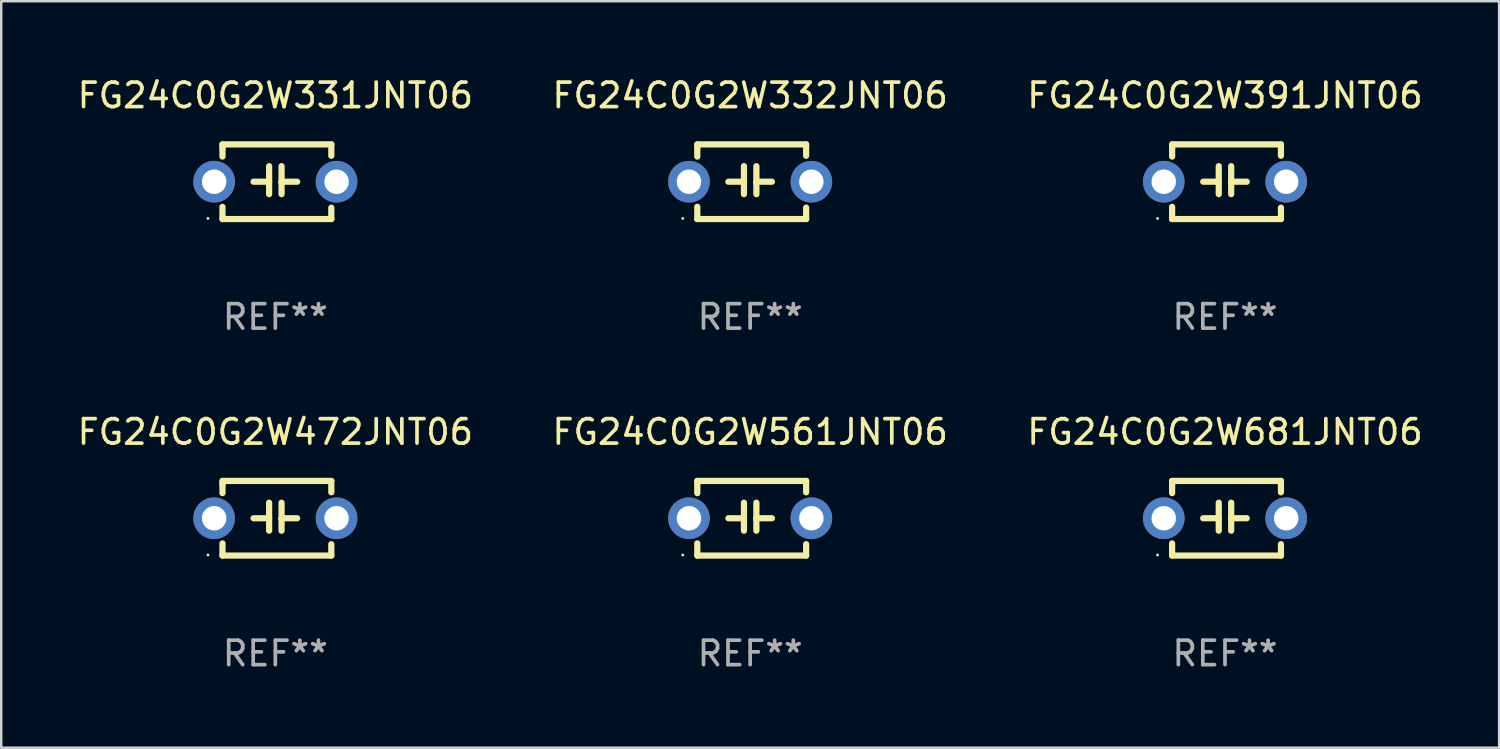
<source format=kicad_pcb>
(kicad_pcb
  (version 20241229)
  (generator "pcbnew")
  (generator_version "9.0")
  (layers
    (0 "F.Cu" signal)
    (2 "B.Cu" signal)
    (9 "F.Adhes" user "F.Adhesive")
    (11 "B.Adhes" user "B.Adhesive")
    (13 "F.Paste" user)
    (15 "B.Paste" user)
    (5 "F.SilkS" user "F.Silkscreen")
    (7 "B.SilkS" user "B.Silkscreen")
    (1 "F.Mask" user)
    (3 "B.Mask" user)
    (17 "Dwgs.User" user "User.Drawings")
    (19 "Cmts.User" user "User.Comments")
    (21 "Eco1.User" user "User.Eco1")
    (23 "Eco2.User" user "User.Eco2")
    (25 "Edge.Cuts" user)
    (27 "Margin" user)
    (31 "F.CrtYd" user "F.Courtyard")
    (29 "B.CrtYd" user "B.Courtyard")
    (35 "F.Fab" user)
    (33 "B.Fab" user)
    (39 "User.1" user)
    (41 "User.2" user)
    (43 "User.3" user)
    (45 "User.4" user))
  (footprint "FG24C0G2W332JNT06"
    (layer "F.Cu")
    (at 27.589 4.372)
    (property "Reference" "FG24C0G2W332JNT06" (at 0 -3.524 0) (layer "F.SilkS") (effects (font (size 1 1) (thickness 0.15))))
    (attr through_hole)
    (fp_line (start -2.159 -1.524) (end 2.286 -1.524) (stroke (width 0.254) (type solid)) (layer "F.SilkS"))
    (fp_line (start -2.159 -1.397) (end -2.159 -1.524) (stroke (width 0.254) (type solid)) (layer "F.SilkS"))
    (fp_line (start -2.159 -1.026) (end -2.159 -1.397) (stroke (width 0.254) (type solid)) (layer "F.SilkS"))
    (fp_line (start -2.159 1.524) (end -2.159 1.026) (stroke (width 0.254) (type solid)) (layer "F.SilkS"))
    (fp_line (start -0.889 0) (end -0.254 0) (stroke (width 0.254) (type solid)) (layer "F.SilkS"))
    (fp_line (start -0.254 0.508) (end -0.254 -0.635) (stroke (width 0.254) (type solid)) (layer "F.SilkS"))
    (fp_line (start 0.254 -0.635) (end 0.254 0.508) (stroke (width 0.254) (type solid)) (layer "F.SilkS"))
    (fp_line (start 0.254 0.04) (end 0.254 0.02) (stroke (width 0.254) (type solid)) (layer "F.SilkS"))
    (fp_line (start 0.889 0) (end 0.254 0) (stroke (width 0.254) (type solid)) (layer "F.SilkS"))
    (fp_line (start 2.286 -1.524) (end 2.286 -1.06) (stroke (width 0.254) (type solid)) (layer "F.SilkS"))
    (fp_line (start 2.286 1.06) (end 2.286 1.524) (stroke (width 0.254) (type solid)) (layer "F.SilkS"))
    (fp_line (start 2.286 1.524) (end -2.159 1.524) (stroke (width 0.254) (type solid)) (layer "F.SilkS"))
    (fp_circle (center -2.754 1.5) (end -2.724 1.5) (stroke (width 0.06) (type solid)) (fill no) (layer "F.SilkS"))
    (fp_text user "REF**" (at 0 5.524 0) (layer "F.Fab") (effects (font (size 1 1) (thickness 0.15))))
    (pad "1" thru_hole circle (at -2.5 0) (size 1.7 1.7) (drill 1) (layers "*.Cu" "*.Mask"))
    (pad "2" thru_hole circle (at 2.5 0) (size 1.7 1.7) (drill 1) (layers "*.Cu" "*.Mask")))
  (footprint "FG24C0G2W681JNT06"
    (layer "F.Cu")
    (at 46.982 18.117)
    (property "Reference" "FG24C0G2W681JNT06" (at 0 -3.524 0) (layer "F.SilkS") (effects (font (size 1 1) (thickness 0.15))))
    (attr through_hole)
    (fp_line (start -2.159 -1.524) (end 2.286 -1.524) (stroke (width 0.254) (type solid)) (layer "F.SilkS"))
    (fp_line (start -2.159 -1.397) (end -2.159 -1.524) (stroke (width 0.254) (type solid)) (layer "F.SilkS"))
    (fp_line (start -2.159 -1.026) (end -2.159 -1.397) (stroke (width 0.254) (type solid)) (layer "F.SilkS"))
    (fp_line (start -2.159 1.524) (end -2.159 1.026) (stroke (width 0.254) (type solid)) (layer "F.SilkS"))
    (fp_line (start -0.889 0) (end -0.254 0) (stroke (width 0.254) (type solid)) (layer "F.SilkS"))
    (fp_line (start -0.254 0.508) (end -0.254 -0.635) (stroke (width 0.254) (type solid)) (layer "F.SilkS"))
    (fp_line (start 0.254 -0.635) (end 0.254 0.508) (stroke (width 0.254) (type solid)) (layer "F.SilkS"))
    (fp_line (start 0.254 0.04) (end 0.254 0.02) (stroke (width 0.254) (type solid)) (layer "F.SilkS"))
    (fp_line (start 0.889 0) (end 0.254 0) (stroke (width 0.254) (type solid)) (layer "F.SilkS"))
    (fp_line (start 2.286 -1.524) (end 2.286 -1.06) (stroke (width 0.254) (type solid)) (layer "F.SilkS"))
    (fp_line (start 2.286 1.06) (end 2.286 1.524) (stroke (width 0.254) (type solid)) (layer "F.SilkS"))
    (fp_line (start 2.286 1.524) (end -2.159 1.524) (stroke (width 0.254) (type solid)) (layer "F.SilkS"))
    (fp_circle (center -2.754 1.5) (end -2.724 1.5) (stroke (width 0.06) (type solid)) (fill no) (layer "F.SilkS"))
    (fp_text user "REF**" (at 0 5.524 0) (layer "F.Fab") (effects (font (size 1 1) (thickness 0.15))))
    (pad "1" thru_hole circle (at -2.5 0) (size 1.7 1.7) (drill 1) (layers "*.Cu" "*.Mask"))
    (pad "2" thru_hole circle (at 2.5 0) (size 1.7 1.7) (drill 1) (layers "*.Cu" "*.Mask")))
  (footprint "FG24C0G2W331JNT06"
    (layer "F.Cu")
    (at 8.196 4.372)
    (property "Reference" "FG24C0G2W331JNT06" (at 0 -3.524 0) (layer "F.SilkS") (effects (font (size 1 1) (thickness 0.15))))
    (attr through_hole)
    (fp_line (start -2.159 -1.524) (end 2.286 -1.524) (stroke (width 0.254) (type solid)) (layer "F.SilkS"))
    (fp_line (start -2.159 -1.397) (end -2.159 -1.524) (stroke (width 0.254) (type solid)) (layer "F.SilkS"))
    (fp_line (start -2.159 -1.026) (end -2.159 -1.397) (stroke (width 0.254) (type solid)) (layer "F.SilkS"))
    (fp_line (start -2.159 1.524) (end -2.159 1.026) (stroke (width 0.254) (type solid)) (layer "F.SilkS"))
    (fp_line (start -0.889 0) (end -0.254 0) (stroke (width 0.254) (type solid)) (layer "F.SilkS"))
    (fp_line (start -0.254 0.508) (end -0.254 -0.635) (stroke (width 0.254) (type solid)) (layer "F.SilkS"))
    (fp_line (start 0.254 -0.635) (end 0.254 0.508) (stroke (width 0.254) (type solid)) (layer "F.SilkS"))
    (fp_line (start 0.254 0.04) (end 0.254 0.02) (stroke (width 0.254) (type solid)) (layer "F.SilkS"))
    (fp_line (start 0.889 0) (end 0.254 0) (stroke (width 0.254) (type solid)) (layer "F.SilkS"))
    (fp_line (start 2.286 -1.524) (end 2.286 -1.06) (stroke (width 0.254) (type solid)) (layer "F.SilkS"))
    (fp_line (start 2.286 1.06) (end 2.286 1.524) (stroke (width 0.254) (type solid)) (layer "F.SilkS"))
    (fp_line (start 2.286 1.524) (end -2.159 1.524) (stroke (width 0.254) (type solid)) (layer "F.SilkS"))
    (fp_circle (center -2.754 1.5) (end -2.724 1.5) (stroke (width 0.06) (type solid)) (fill no) (layer "F.SilkS"))
    (fp_text user "REF**" (at 0 5.524 0) (layer "F.Fab") (effects (font (size 1 1) (thickness 0.15))))
    (pad "1" thru_hole circle (at -2.5 0) (size 1.7 1.7) (drill 1) (layers "*.Cu" "*.Mask"))
    (pad "2" thru_hole circle (at 2.5 0) (size 1.7 1.7) (drill 1) (layers "*.Cu" "*.Mask")))
  (footprint "FG24C0G2W391JNT06"
    (layer "F.Cu")
    (at 46.982 4.372)
    (property "Reference" "FG24C0G2W391JNT06" (at 0 -3.524 0) (layer "F.SilkS") (effects (font (size 1 1) (thickness 0.15))))
    (attr through_hole)
    (fp_line (start -2.159 -1.524) (end 2.286 -1.524) (stroke (width 0.254) (type solid)) (layer "F.SilkS"))
    (fp_line (start -2.159 -1.397) (end -2.159 -1.524) (stroke (width 0.254) (type solid)) (layer "F.SilkS"))
    (fp_line (start -2.159 -1.026) (end -2.159 -1.397) (stroke (width 0.254) (type solid)) (layer "F.SilkS"))
    (fp_line (start -2.159 1.524) (end -2.159 1.026) (stroke (width 0.254) (type solid)) (layer "F.SilkS"))
    (fp_line (start -0.889 0) (end -0.254 0) (stroke (width 0.254) (type solid)) (layer "F.SilkS"))
    (fp_line (start -0.254 0.508) (end -0.254 -0.635) (stroke (width 0.254) (type solid)) (layer "F.SilkS"))
    (fp_line (start 0.254 -0.635) (end 0.254 0.508) (stroke (width 0.254) (type solid)) (layer "F.SilkS"))
    (fp_line (start 0.254 0.04) (end 0.254 0.02) (stroke (width 0.254) (type solid)) (layer "F.SilkS"))
    (fp_line (start 0.889 0) (end 0.254 0) (stroke (width 0.254) (type solid)) (layer "F.SilkS"))
    (fp_line (start 2.286 -1.524) (end 2.286 -1.06) (stroke (width 0.254) (type solid)) (layer "F.SilkS"))
    (fp_line (start 2.286 1.06) (end 2.286 1.524) (stroke (width 0.254) (type solid)) (layer "F.SilkS"))
    (fp_line (start 2.286 1.524) (end -2.159 1.524) (stroke (width 0.254) (type solid)) (layer "F.SilkS"))
    (fp_circle (center -2.754 1.5) (end -2.724 1.5) (stroke (width 0.06) (type solid)) (fill no) (layer "F.SilkS"))
    (fp_text user "REF**" (at 0 5.524 0) (layer "F.Fab") (effects (font (size 1 1) (thickness 0.15))))
    (pad "1" thru_hole circle (at -2.5 0) (size 1.7 1.7) (drill 1) (layers "*.Cu" "*.Mask"))
    (pad "2" thru_hole circle (at 2.5 0) (size 1.7 1.7) (drill 1) (layers "*.Cu" "*.Mask")))
  (footprint "FG24C0G2W472JNT06"
    (layer "F.Cu")
    (at 8.196 18.117)
    (property "Reference" "FG24C0G2W472JNT06" (at 0 -3.524 0) (layer "F.SilkS") (effects (font (size 1 1) (thickness 0.15))))
    (attr through_hole)
    (fp_line (start -2.159 -1.524) (end 2.286 -1.524) (stroke (width 0.254) (type solid)) (layer "F.SilkS"))
    (fp_line (start -2.159 -1.397) (end -2.159 -1.524) (stroke (width 0.254) (type solid)) (layer "F.SilkS"))
    (fp_line (start -2.159 -1.026) (end -2.159 -1.397) (stroke (width 0.254) (type solid)) (layer "F.SilkS"))
    (fp_line (start -2.159 1.524) (end -2.159 1.026) (stroke (width 0.254) (type solid)) (layer "F.SilkS"))
    (fp_line (start -0.889 0) (end -0.254 0) (stroke (width 0.254) (type solid)) (layer "F.SilkS"))
    (fp_line (start -0.254 0.508) (end -0.254 -0.635) (stroke (width 0.254) (type solid)) (layer "F.SilkS"))
    (fp_line (start 0.254 -0.635) (end 0.254 0.508) (stroke (width 0.254) (type solid)) (layer "F.SilkS"))
    (fp_line (start 0.254 0.04) (end 0.254 0.02) (stroke (width 0.254) (type solid)) (layer "F.SilkS"))
    (fp_line (start 0.889 0) (end 0.254 0) (stroke (width 0.254) (type solid)) (layer "F.SilkS"))
    (fp_line (start 2.286 -1.524) (end 2.286 -1.06) (stroke (width 0.254) (type solid)) (layer "F.SilkS"))
    (fp_line (start 2.286 1.06) (end 2.286 1.524) (stroke (width 0.254) (type solid)) (layer "F.SilkS"))
    (fp_line (start 2.286 1.524) (end -2.159 1.524) (stroke (width 0.254) (type solid)) (layer "F.SilkS"))
    (fp_circle (center -2.754 1.5) (end -2.724 1.5) (stroke (width 0.06) (type solid)) (fill no) (layer "F.SilkS"))
    (fp_text user "REF**" (at 0 5.524 0) (layer "F.Fab") (effects (font (size 1 1) (thickness 0.15))))
    (pad "1" thru_hole circle (at -2.5 0) (size 1.7 1.7) (drill 1) (layers "*.Cu" "*.Mask"))
    (pad "2" thru_hole circle (at 2.5 0) (size 1.7 1.7) (drill 1) (layers "*.Cu" "*.Mask")))
  (footprint "FG24C0G2W561JNT06"
    (layer "F.Cu")
    (at 27.589 18.117)
    (property "Reference" "FG24C0G2W561JNT06" (at 0 -3.524 0) (layer "F.SilkS") (effects (font (size 1 1) (thickness 0.15))))
    (attr through_hole)
    (fp_line (start -2.159 -1.524) (end 2.286 -1.524) (stroke (width 0.254) (type solid)) (layer "F.SilkS"))
    (fp_line (start -2.159 -1.397) (end -2.159 -1.524) (stroke (width 0.254) (type solid)) (layer "F.SilkS"))
    (fp_line (start -2.159 -1.026) (end -2.159 -1.397) (stroke (width 0.254) (type solid)) (layer "F.SilkS"))
    (fp_line (start -2.159 1.524) (end -2.159 1.026) (stroke (width 0.254) (type solid)) (layer "F.SilkS"))
    (fp_line (start -0.889 0) (end -0.254 0) (stroke (width 0.254) (type solid)) (layer "F.SilkS"))
    (fp_line (start -0.254 0.508) (end -0.254 -0.635) (stroke (width 0.254) (type solid)) (layer "F.SilkS"))
    (fp_line (start 0.254 -0.635) (end 0.254 0.508) (stroke (width 0.254) (type solid)) (layer "F.SilkS"))
    (fp_line (start 0.254 0.04) (end 0.254 0.02) (stroke (width 0.254) (type solid)) (layer "F.SilkS"))
    (fp_line (start 0.889 0) (end 0.254 0) (stroke (width 0.254) (type solid)) (layer "F.SilkS"))
    (fp_line (start 2.286 -1.524) (end 2.286 -1.06) (stroke (width 0.254) (type solid)) (layer "F.SilkS"))
    (fp_line (start 2.286 1.06) (end 2.286 1.524) (stroke (width 0.254) (type solid)) (layer "F.SilkS"))
    (fp_line (start 2.286 1.524) (end -2.159 1.524) (stroke (width 0.254) (type solid)) (layer "F.SilkS"))
    (fp_circle (center -2.754 1.5) (end -2.724 1.5) (stroke (width 0.06) (type solid)) (fill no) (layer "F.SilkS"))
    (fp_text user "REF**" (at 0 5.524 0) (layer "F.Fab") (effects (font (size 1 1) (thickness 0.15))))
    (pad "1" thru_hole circle (at -2.5 0) (size 1.7 1.7) (drill 1) (layers "*.Cu" "*.Mask"))
    (pad "2" thru_hole circle (at 2.5 0) (size 1.7 1.7) (drill 1) (layers "*.Cu" "*.Mask")))
  (gr_rect
    (start -3 -3)
    (end 58.179 27.489)
    (stroke (width 0.1) (type default))
    (fill no)
    (layer "Edge.Cuts")))
</source>
